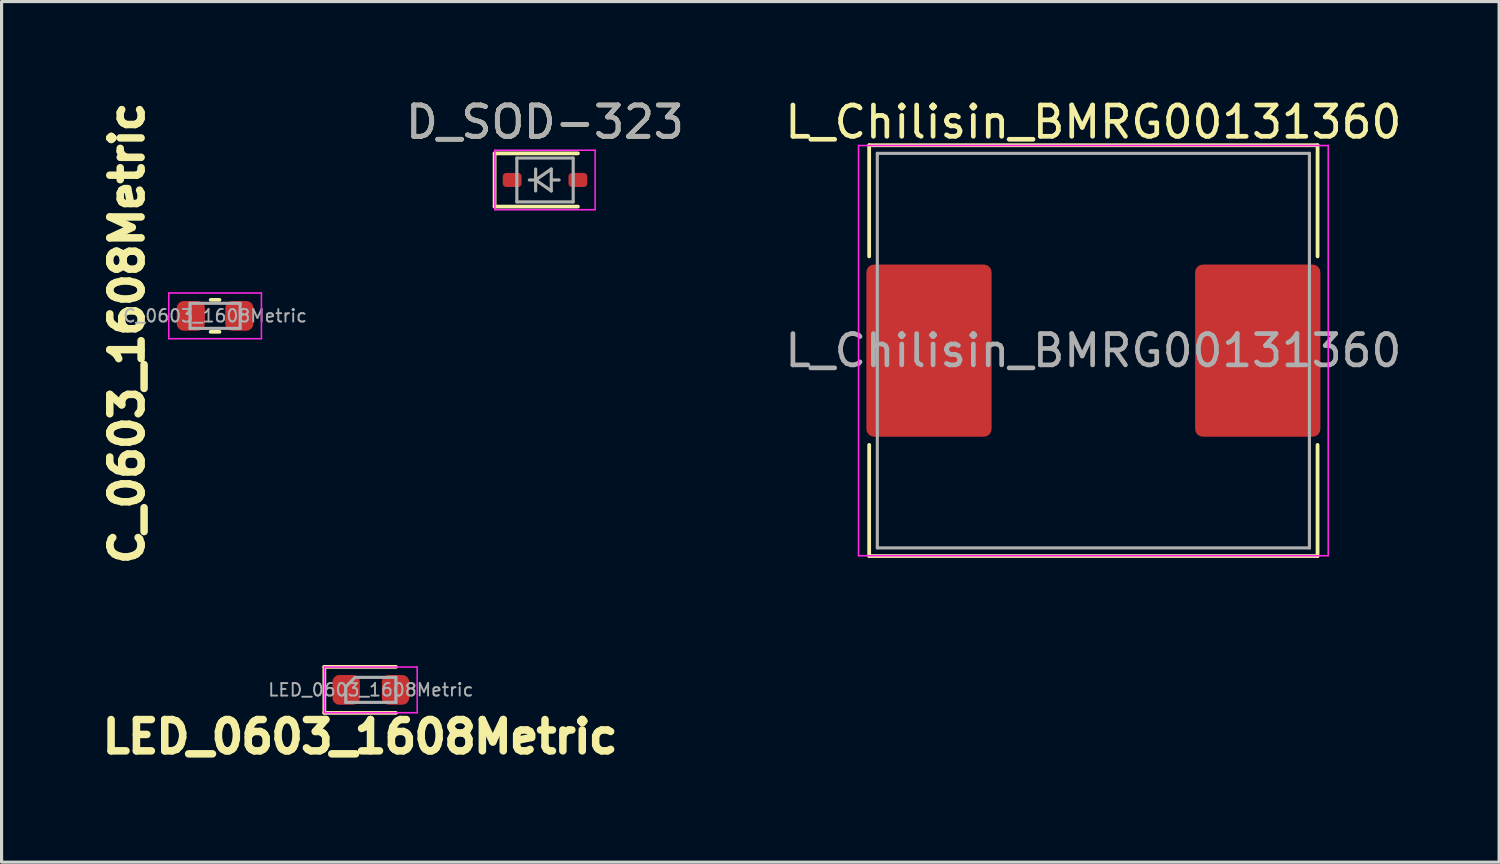
<source format=kicad_pcb>
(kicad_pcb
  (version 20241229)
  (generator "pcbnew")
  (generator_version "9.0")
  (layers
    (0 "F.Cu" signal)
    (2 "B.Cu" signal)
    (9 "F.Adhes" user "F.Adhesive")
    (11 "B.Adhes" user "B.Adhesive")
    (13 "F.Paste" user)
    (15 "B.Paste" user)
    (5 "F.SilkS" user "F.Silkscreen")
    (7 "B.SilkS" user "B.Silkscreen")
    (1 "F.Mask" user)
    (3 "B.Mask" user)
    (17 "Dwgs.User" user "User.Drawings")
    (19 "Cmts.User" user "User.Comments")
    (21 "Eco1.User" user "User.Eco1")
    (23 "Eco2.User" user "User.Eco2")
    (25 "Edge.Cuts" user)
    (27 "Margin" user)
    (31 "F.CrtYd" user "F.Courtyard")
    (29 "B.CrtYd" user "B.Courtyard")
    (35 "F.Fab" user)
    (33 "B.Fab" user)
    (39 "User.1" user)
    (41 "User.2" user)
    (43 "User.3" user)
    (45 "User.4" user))
  (footprint "D_SOD-323"
    (layer "F.Cu")
    (at 14.356 2.698)
    (property "Reference" "D_SOD-323" (at 0 -1.85 0) (layer "F.SilkS") (effects (font (size 1 1) (thickness 0.15))))
    (attr smd)
    (fp_line (start -1.61 -0.85) (end -1.61 0.85) (stroke (width 0.12) (type solid)) (layer "F.SilkS"))
    (fp_line (start -1.61 -0.85) (end 1.05 -0.85) (stroke (width 0.12) (type solid)) (layer "F.SilkS"))
    (fp_line (start -1.61 0.85) (end 1.05 0.85) (stroke (width 0.12) (type solid)) (layer "F.SilkS"))
    (fp_line (start -1.6 -0.95) (end -1.6 0.95) (stroke (width 0.05) (type solid)) (layer "F.CrtYd"))
    (fp_line (start -1.6 -0.95) (end 1.6 -0.95) (stroke (width 0.05) (type solid)) (layer "F.CrtYd"))
    (fp_line (start -1.6 0.95) (end 1.6 0.95) (stroke (width 0.05) (type solid)) (layer "F.CrtYd"))
    (fp_line (start 1.6 -0.95) (end 1.6 0.95) (stroke (width 0.05) (type solid)) (layer "F.CrtYd"))
    (fp_line (start -0.9 -0.7) (end 0.9 -0.7) (stroke (width 0.1) (type solid)) (layer "F.Fab"))
    (fp_line (start -0.9 0.7) (end -0.9 -0.7) (stroke (width 0.1) (type solid)) (layer "F.Fab"))
    (fp_line (start -0.3 -0.35) (end -0.3 0.35) (stroke (width 0.1) (type solid)) (layer "F.Fab"))
    (fp_line (start -0.3 0) (end -0.5 0) (stroke (width 0.1) (type solid)) (layer "F.Fab"))
    (fp_line (start -0.3 0) (end 0.2 -0.35) (stroke (width 0.1) (type solid)) (layer "F.Fab"))
    (fp_line (start 0.2 -0.35) (end 0.2 0.35) (stroke (width 0.1) (type solid)) (layer "F.Fab"))
    (fp_line (start 0.2 0) (end 0.45 0) (stroke (width 0.1) (type solid)) (layer "F.Fab"))
    (fp_line (start 0.2 0.35) (end -0.3 0) (stroke (width 0.1) (type solid)) (layer "F.Fab"))
    (fp_line (start 0.9 -0.7) (end 0.9 0.7) (stroke (width 0.1) (type solid)) (layer "F.Fab"))
    (fp_line (start 0.9 0.7) (end -0.9 0.7) (stroke (width 0.1) (type solid)) (layer "F.Fab"))
    (fp_text user "${REFERENCE}" (at 0 -1.85 0) (layer "F.Fab") (effects (font (size 1 1) (thickness 0.15))))
    (pad "1" smd roundrect (at -1.05 0) (size 0.6 0.45) (layers "F.Cu" "F.Mask" "F.Paste") (roundrect_rratio 0.25))
    (pad "2" smd roundrect (at 1.05 0) (size 0.6 0.45) (layers "F.Cu" "F.Mask" "F.Paste") (roundrect_rratio 0.25)))
  (footprint "L_Chilisin_BMRG00131360"
    (layer "F.Cu")
    (at 31.868 8.148)
    (property "Reference" "L_Chilisin_BMRG00131360" (at 0 -7.3 0) (layer "F.SilkS") (effects (font (size 1 1) (thickness 0.15))))
    (attr smd)
    (fp_line (start -7.16 -6.56) (end -7.16 -3.01) (stroke (width 0.12) (type solid)) (layer "F.SilkS"))
    (fp_line (start -7.16 -6.56) (end 7.16 -6.56) (stroke (width 0.12) (type solid)) (layer "F.SilkS"))
    (fp_line (start -7.16 6.56) (end -7.16 3.01) (stroke (width 0.12) (type solid)) (layer "F.SilkS"))
    (fp_line (start -7.16 6.56) (end 7.16 6.56) (stroke (width 0.12) (type solid)) (layer "F.SilkS"))
    (fp_line (start 7.16 -6.56) (end 7.16 -3.01) (stroke (width 0.12) (type solid)) (layer "F.SilkS"))
    (fp_line (start 7.16 6.56) (end 7.16 3.01) (stroke (width 0.12) (type solid)) (layer "F.SilkS"))
    (fp_line (start -7.5 -6.55) (end -7.5 6.55) (stroke (width 0.05) (type solid)) (layer "F.CrtYd"))
    (fp_line (start -7.5 6.55) (end 7.5 6.55) (stroke (width 0.05) (type solid)) (layer "F.CrtYd"))
    (fp_line (start 7.5 -6.55) (end -7.5 -6.55) (stroke (width 0.05) (type solid)) (layer "F.CrtYd"))
    (fp_line (start 7.5 6.55) (end 7.5 -6.55) (stroke (width 0.05) (type solid)) (layer "F.CrtYd"))
    (fp_line (start -6.9 -6.3) (end -6.9 6.3) (stroke (width 0.1) (type solid)) (layer "F.Fab"))
    (fp_line (start -6.9 6.3) (end 6.9 6.3) (stroke (width 0.1) (type solid)) (layer "F.Fab"))
    (fp_line (start 6.9 -6.3) (end -6.9 -6.3) (stroke (width 0.1) (type solid)) (layer "F.Fab"))
    (fp_line (start 6.9 6.3) (end 6.9 -6.3) (stroke (width 0.1) (type solid)) (layer "F.Fab"))
    (fp_text user "${REFERENCE}" (at 0 0 0) (layer "F.Fab") (effects (font (size 1 1) (thickness 0.15))))
    (pad "1" smd roundrect (at -5.25 0) (size 4 5.5) (layers "F.Cu" "F.Mask" "F.Paste") (roundrect_rratio 0.062))
    (pad "2" smd roundrect (at 5.25 0) (size 4 5.5) (layers "F.Cu" "F.Mask" "F.Paste") (roundrect_rratio 0.062)))
  (footprint "C_0603_1608Metric"
    (layer "F.Cu")
    (at 3.819 7.037)
    (property "Reference" "C_0603_1608Metric" (at -2.813 0.556 90) (layer "F.SilkS") (effects (font (size 1 1) (thickness 0.24))))
    (attr smd)
    (fp_line (start -0.141 -0.51) (end 0.141 -0.51) (stroke (width 0.12) (type solid)) (layer "F.SilkS"))
    (fp_line (start -0.141 0.51) (end 0.141 0.51) (stroke (width 0.12) (type solid)) (layer "F.SilkS"))
    (fp_line (start -1.48 -0.73) (end 1.48 -0.73) (stroke (width 0.05) (type solid)) (layer "F.CrtYd"))
    (fp_line (start -1.48 0.73) (end -1.48 -0.73) (stroke (width 0.05) (type solid)) (layer "F.CrtYd"))
    (fp_line (start 1.48 -0.73) (end 1.48 0.73) (stroke (width 0.05) (type solid)) (layer "F.CrtYd"))
    (fp_line (start 1.48 0.73) (end -1.48 0.73) (stroke (width 0.05) (type solid)) (layer "F.CrtYd"))
    (fp_line (start -0.8 -0.4) (end 0.8 -0.4) (stroke (width 0.1) (type solid)) (layer "F.Fab"))
    (fp_line (start -0.8 0.4) (end -0.8 -0.4) (stroke (width 0.1) (type solid)) (layer "F.Fab"))
    (fp_line (start 0.8 -0.4) (end 0.8 0.4) (stroke (width 0.1) (type solid)) (layer "F.Fab"))
    (fp_line (start 0.8 0.4) (end -0.8 0.4) (stroke (width 0.1) (type solid)) (layer "F.Fab"))
    (fp_text user "${REFERENCE}" (at 0 0 180) (layer "F.Fab") (effects (font (size 0.4 0.4) (thickness 0.06))))
    (pad "1" smd roundrect (at -0.775 0) (size 0.9 0.95) (layers "F.Cu" "F.Mask" "F.Paste") (roundrect_rratio 0.25))
    (pad "2" smd roundrect (at 0.775 0) (size 0.9 0.95) (layers "F.Cu" "F.Mask" "F.Paste") (roundrect_rratio 0.25)))
  (footprint "LED_0603_1608Metric"
    (layer "F.Cu")
    (at 8.793 18.982)
    (property "Reference" "LED_0603_1608Metric" (at -0.343 1.497 180) (layer "F.SilkS") (effects (font (size 1 1) (thickness 0.24) (bold yes))))
    (attr smd)
    (fp_line (start -1.485 -0.735) (end -1.485 0.735) (stroke (width 0.12) (type solid)) (layer "F.SilkS"))
    (fp_line (start -1.485 0.735) (end 0.8 0.735) (stroke (width 0.12) (type solid)) (layer "F.SilkS"))
    (fp_line (start 0.8 -0.735) (end -1.485 -0.735) (stroke (width 0.12) (type solid)) (layer "F.SilkS"))
    (fp_line (start -1.48 -0.73) (end 1.48 -0.73) (stroke (width 0.05) (type solid)) (layer "F.CrtYd"))
    (fp_line (start -1.48 0.73) (end -1.48 -0.73) (stroke (width 0.05) (type solid)) (layer "F.CrtYd"))
    (fp_line (start 1.48 -0.73) (end 1.48 0.73) (stroke (width 0.05) (type solid)) (layer "F.CrtYd"))
    (fp_line (start 1.48 0.73) (end -1.48 0.73) (stroke (width 0.05) (type solid)) (layer "F.CrtYd"))
    (fp_line (start -0.8 -0.1) (end -0.8 0.4) (stroke (width 0.1) (type solid)) (layer "F.Fab"))
    (fp_line (start -0.8 0.4) (end 0.8 0.4) (stroke (width 0.1) (type solid)) (layer "F.Fab"))
    (fp_line (start -0.5 -0.4) (end -0.8 -0.1) (stroke (width 0.1) (type solid)) (layer "F.Fab"))
    (fp_line (start 0.8 -0.4) (end -0.5 -0.4) (stroke (width 0.1) (type solid)) (layer "F.Fab"))
    (fp_line (start 0.8 0.4) (end 0.8 -0.4) (stroke (width 0.1) (type solid)) (layer "F.Fab"))
    (fp_text user "${REFERENCE}" (at 0 0 180) (layer "F.Fab") (effects (font (size 0.4 0.4) (thickness 0.06))))
    (pad "1" smd roundrect (at -0.788 0) (size 0.875 0.95) (layers "F.Cu" "F.Mask" "F.Paste") (roundrect_rratio 0.25))
    (pad "2" smd roundrect (at 0.788 0) (size 0.875 0.95) (layers "F.Cu" "F.Mask" "F.Paste") (roundrect_rratio 0.25)))
  (gr_rect
    (start -3 -3)
    (end 44.826 24.485)
    (stroke (width 0.1) (type default))
    (fill no)
    (layer "Edge.Cuts")))
</source>
